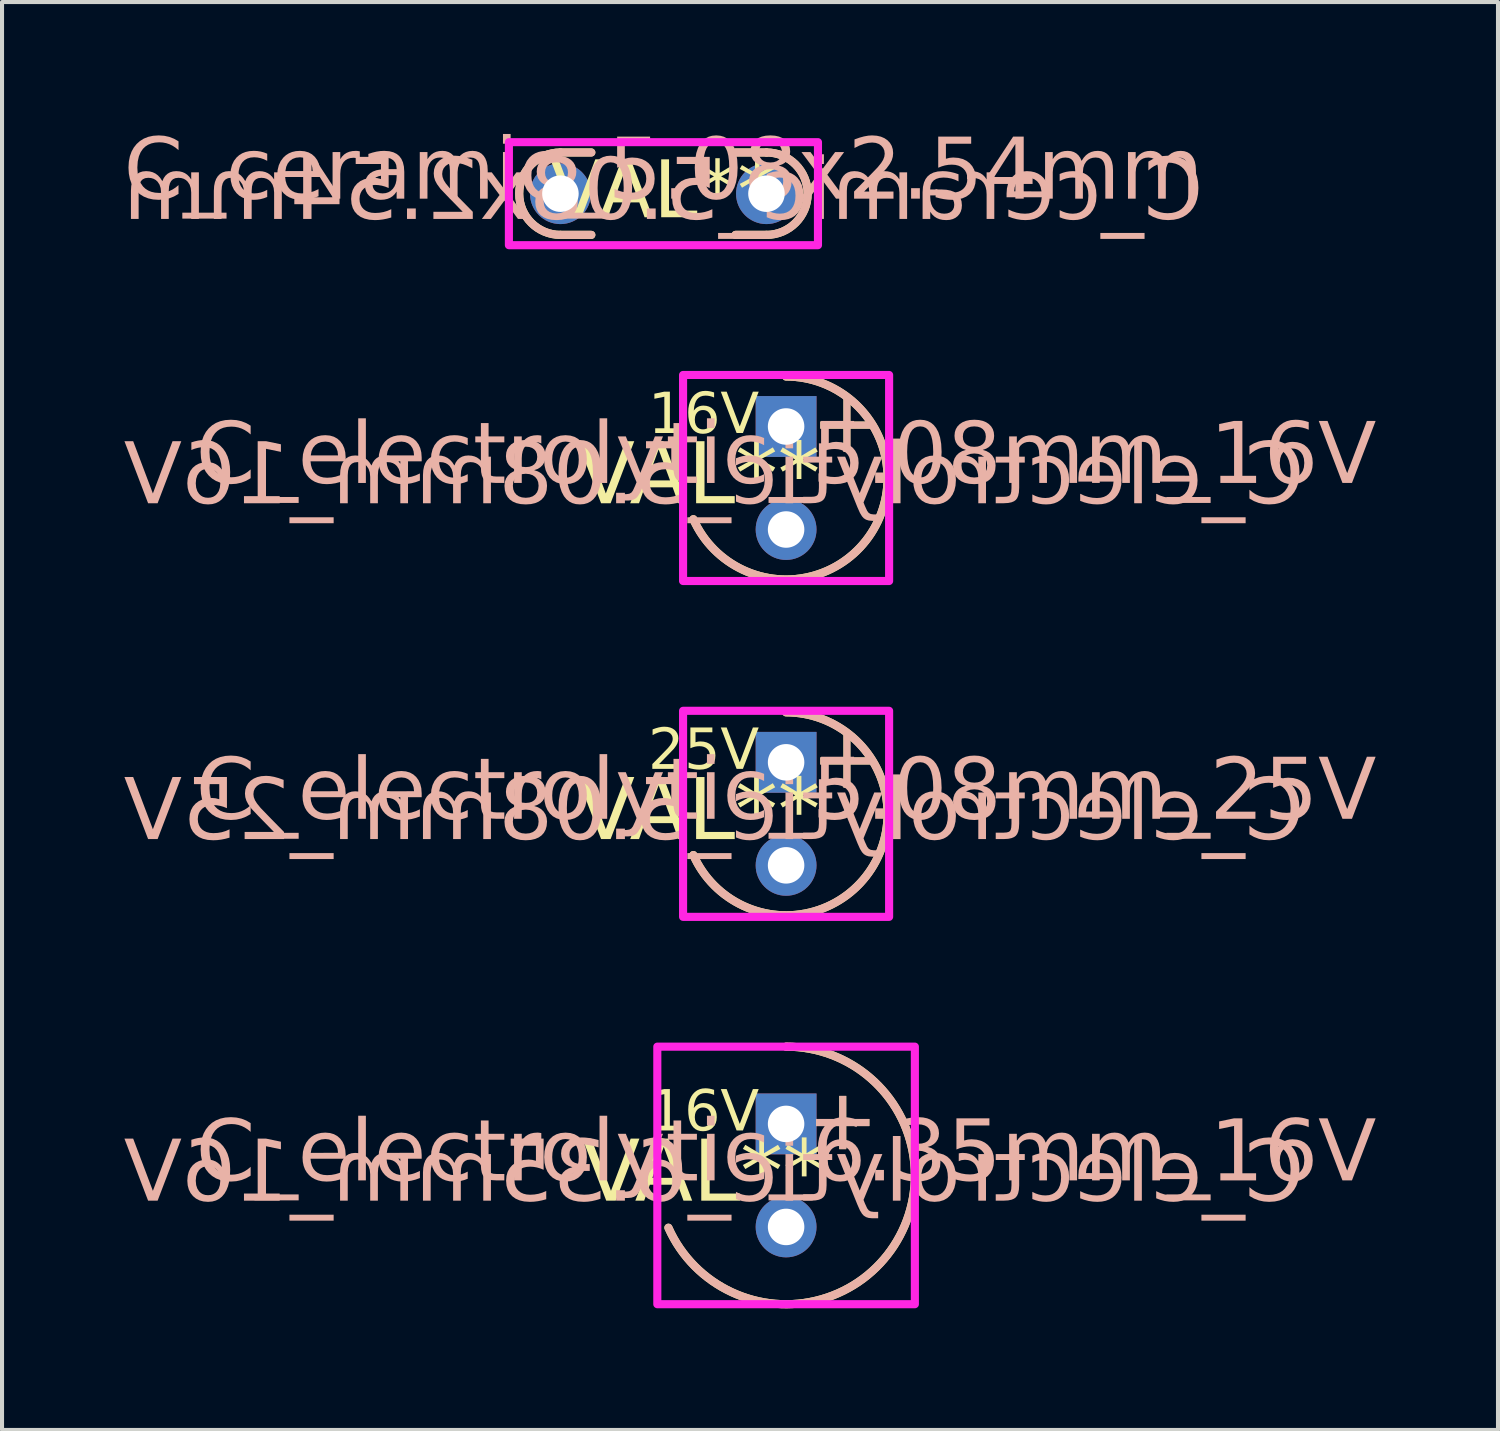
<source format=kicad_pcb>
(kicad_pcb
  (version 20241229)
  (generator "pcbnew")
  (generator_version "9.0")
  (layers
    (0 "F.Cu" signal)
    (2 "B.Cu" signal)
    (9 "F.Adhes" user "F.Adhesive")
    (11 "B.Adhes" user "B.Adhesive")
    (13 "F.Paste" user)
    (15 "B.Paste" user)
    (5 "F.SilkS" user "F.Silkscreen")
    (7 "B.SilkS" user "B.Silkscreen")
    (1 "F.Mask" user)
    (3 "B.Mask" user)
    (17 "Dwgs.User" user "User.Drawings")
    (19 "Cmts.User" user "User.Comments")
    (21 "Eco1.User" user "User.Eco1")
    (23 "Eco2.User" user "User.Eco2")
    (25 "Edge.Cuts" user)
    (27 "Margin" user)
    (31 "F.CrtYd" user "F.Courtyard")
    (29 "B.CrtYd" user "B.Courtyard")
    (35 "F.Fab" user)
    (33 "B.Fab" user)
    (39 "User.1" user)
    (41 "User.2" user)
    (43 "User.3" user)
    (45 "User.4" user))
  (footprint "C_electrolytic_6.35mm_16V"
    (layer "F.Cu")
    (at 16.331 25.93)
    (property "Reference" "C_electrolytic_6.35mm_16V" (at 0 -0.5 0) (unlocked yes) (layer "B.SilkS") (effects (font (face "Milk Run") (size 1.5 1.5) (thickness 0.1))))
    (property "Value" "VAL**" (at 0 1 0) (unlocked yes) (layer "F.SilkS") (hide yes) (effects (font (face "Milk Run") (size 1.5 1.5) (thickness 0.1))))
    (attr through_hole)
    (fp_arc (start 0 -3.175) (mid 2.662214 1.730099) (end -2.901351 1.289492) (stroke (width 0.2) (type default)) (layer "F.SilkS"))
    (fp_arc (start 0 -3.175) (mid 2.662214 1.730099) (end -2.901351 1.289492) (stroke (width 0.2) (type default)) (layer "B.SilkS"))
    (fp_rect (start -3.175 -3.175) (end 3.175 3.175) (stroke (width 0.2) (type default)) (fill no) (layer "F.CrtYd"))
    (fp_text user "16V" (at -2.032 -1.524 0) (unlocked yes) (layer "F.SilkS") (effects (font (face "Milk Run") (size 1 1) (thickness 0.1))))
    (fp_text user "${VALUE}" (at -2.032 0 0) (layer "F.SilkS") (effects (font (face "Milk Run") (size 1.5 1.5) (thickness 0.1))))
    (fp_text user "+" (at 1.397 -1.27 0) (unlocked yes) (layer "F.SilkS") (effects (font (face "Milk Run") (size 1.5 1.5) (thickness 0.1))))
    (fp_text user "+" (at 1.397 -1.27 0) (unlocked yes) (layer "B.SilkS") (effects (font (face "Milk Run") (size 1.5 1.5) (thickness 0.1)) (justify mirror)))
    (fp_text user "${REFERENCE}" (at -1.778 0 0) (layer "B.SilkS") (effects (font (face "Milk Run") (size 1.5 1.5) (thickness 0.1)) (justify mirror)))
    (pad "1" thru_hole rect (at 0 -1.27) (size 1.5 1.5) (drill 0.9) (layers "*.Cu" "*.Mask"))
    (pad "2" thru_hole circle (at 0 1.27) (size 1.5 1.5) (drill 0.9) (layers "*.Cu" "*.Mask")))
  (footprint "C_electrolytic_5.08mm_16V"
    (layer "F.Cu")
    (at 16.331 8.735)
    (property "Reference" "C_electrolytic_5.08mm_16V" (at 0 -0.5 0) (unlocked yes) (layer "B.SilkS") (effects (font (face "Milk Run") (size 1.5 1.5) (thickness 0.1))))
    (property "Value" "VAL**" (at 0 1 0) (unlocked yes) (layer "F.SilkS") (hide yes) (effects (font (face "Milk Run") (size 1.5 1.5) (thickness 0.1))))
    (attr through_hole)
    (fp_arc (start 0 -2.501609) (mid 2.09758 1.36316) (end -2.285999 1.016) (stroke (width 0.2) (type default)) (layer "F.SilkS"))
    (fp_arc (start 0 -2.501609) (mid 2.09758 1.36316) (end -2.285999 1.016) (stroke (width 0.2) (type default)) (layer "B.SilkS"))
    (fp_rect (start -2.54 -2.54) (end 2.54 2.54) (stroke (width 0.2) (type default)) (fill no) (layer "F.CrtYd"))
    (fp_text user "${VALUE}" (at -2.159 0 0) (layer "F.SilkS") (effects (font (face "Milk Run") (size 1.5 1.5) (thickness 0.1))))
    (fp_text user "16V" (at -2.032 -1.524 0) (unlocked yes) (layer "F.SilkS") (effects (font (face "Milk Run") (size 1 1) (thickness 0.1))))
    (fp_text user "+" (at 1.5 -1.27 0) (unlocked yes) (layer "F.SilkS") (effects (font (face "Milk Run") (size 1.5 1.5) (thickness 0.1))))
    (fp_text user "${REFERENCE}" (at -1.778 0 0) (layer "B.SilkS") (effects (font (face "Milk Run") (size 1.5 1.5) (thickness 0.1)) (justify mirror)))
    (fp_text user "+" (at 1.5 -1.27 0) (unlocked yes) (layer "B.SilkS") (effects (font (face "Milk Run") (size 1.5 1.5) (thickness 0.1)) (justify mirror)))
    (pad "1" thru_hole rect (at 0 -1.27) (size 1.5 1.5) (drill 0.9) (layers "*.Cu" "*.Mask"))
    (pad "2" thru_hole circle (at 0 1.27) (size 1.5 1.5) (drill 0.9) (layers "*.Cu" "*.Mask")))
  (footprint "C_ceramic_5.08x2.54mm"
    (layer "F.Cu")
    (at 13.307 1.725)
    (property "Reference" "C_ceramic_5.08x2.54mm" (at 0 -0.5 0) (unlocked yes) (layer "B.SilkS") (effects (font (face "Milk Run") (size 1.5 1.5) (thickness 0.1))))
    (property "Value" "VAL**" (at 0 1 0) (unlocked yes) (layer "F.SilkS") (hide yes) (effects (font (face "Milk Run") (size 1.5 1.5) (thickness 0.1))))
    (attr through_hole)
    (fp_line (start -2.54 -1.016) (end -1.778 -1.016) (stroke (width 0.2) (type default)) (layer "F.SilkS"))
    (fp_line (start -2.54 1.016) (end -1.778 1.016) (stroke (width 0.2) (type default)) (layer "F.SilkS"))
    (fp_line (start 2.54 -1.016) (end 1.778 -1.016) (stroke (width 0.2) (type default)) (layer "F.SilkS"))
    (fp_line (start 2.54 1.016) (end 1.778 1.016) (stroke (width 0.2) (type default)) (layer "F.SilkS"))
    (fp_arc (start -2.54 1.016) (mid -3.556 0) (end -2.54 -1.016) (stroke (width 0.2) (type default)) (layer "F.SilkS"))
    (fp_arc (start 2.54 -1.016) (mid 3.556 0) (end 2.54 1.016) (stroke (width 0.2) (type default)) (layer "F.SilkS"))
    (fp_line (start -1.778 -1.016) (end -2.54 -1.016) (stroke (width 0.2) (type default)) (layer "B.SilkS"))
    (fp_line (start -1.778 1.016) (end -2.54 1.016) (stroke (width 0.2) (type default)) (layer "B.SilkS"))
    (fp_line (start 1.778 -1.016) (end 2.54 -1.016) (stroke (width 0.2) (type default)) (layer "B.SilkS"))
    (fp_line (start 1.778 1.016) (end 2.54 1.016) (stroke (width 0.2) (type default)) (layer "B.SilkS"))
    (fp_arc (start -2.54 1.016) (mid -3.556 0) (end -2.54 -1.016) (stroke (width 0.2) (type default)) (layer "B.SilkS"))
    (fp_arc (start 2.54 -1.016) (mid 3.556 0) (end 2.54 1.016) (stroke (width 0.2) (type default)) (layer "B.SilkS"))
    (fp_rect (start -3.81 -1.27) (end 3.81 1.27) (stroke (width 0.2) (type default)) (fill no) (layer "F.CrtYd"))
    (fp_text user "${VALUE}" (at 0 0 0) (layer "F.SilkS") (effects (font (face "Milk Run") (size 1.4 1.4) (thickness 0.1))))
    (fp_text user "${REFERENCE}" (at 0 0 0) (layer "B.SilkS") (effects (font (face "Milk Run") (size 1.5 1.5) (thickness 0.1)) (justify mirror)))
    (pad "1" thru_hole circle (at -2.54 0) (size 1.5 1.5) (drill 0.9) (layers "*.Cu" "*.Mask"))
    (pad "2" thru_hole circle (at 2.54 0) (size 1.5 1.5) (drill 0.9) (layers "*.Cu" "*.Mask")))
  (footprint "C_electrolytic_5.08mm_25V"
    (layer "F.Cu")
    (at 16.331 17.015)
    (property "Reference" "C_electrolytic_5.08mm_25V" (at 0 -0.5 0) (unlocked yes) (layer "B.SilkS") (effects (font (face "Milk Run") (size 1.5 1.5) (thickness 0.1))))
    (property "Value" "VAL**" (at 0 1 0) (unlocked yes) (layer "F.SilkS") (hide yes) (effects (font (face "Milk Run") (size 1.5 1.5) (thickness 0.1))))
    (attr through_hole)
    (fp_arc (start 0 -2.501609) (mid 2.09758 1.36316) (end -2.285999 1.016) (stroke (width 0.2) (type default)) (layer "F.SilkS"))
    (fp_arc (start 0 -2.501609) (mid 2.09758 1.36316) (end -2.285999 1.016) (stroke (width 0.2) (type default)) (layer "B.SilkS"))
    (fp_rect (start -2.54 -2.54) (end 2.54 2.54) (stroke (width 0.2) (type default)) (fill no) (layer "F.CrtYd"))
    (fp_text user "${VALUE}" (at -2.159 0 0) (layer "F.SilkS") (effects (font (face "Milk Run") (size 1.5 1.5) (thickness 0.1))))
    (fp_text user "25V" (at -2.032 -1.524 0) (unlocked yes) (layer "F.SilkS") (effects (font (face "Milk Run") (size 1 1) (thickness 0.1))))
    (fp_text user "+" (at 1.5 -1.27 0) (unlocked yes) (layer "F.SilkS") (effects (font (face "Milk Run") (size 1.5 1.5) (thickness 0.1))))
    (fp_text user "+" (at 1.5 -1.27 0) (unlocked yes) (layer "B.SilkS") (effects (font (face "Milk Run") (size 1.5 1.5) (thickness 0.1)) (justify mirror)))
    (fp_text user "${REFERENCE}" (at -1.778 0 0) (layer "B.SilkS") (effects (font (face "Milk Run") (size 1.5 1.5) (thickness 0.1)) (justify mirror)))
    (pad "1" thru_hole rect (at 0 -1.27) (size 1.5 1.5) (drill 0.9) (layers "*.Cu" "*.Mask"))
    (pad "2" thru_hole circle (at 0 1.27) (size 1.5 1.5) (drill 0.9) (layers "*.Cu" "*.Mask")))
  (gr_rect
    (start -3 -3)
    (end 33.883 32.205)
    (stroke (width 0.1) (type default))
    (fill no)
    (layer "Edge.Cuts")))
</source>
